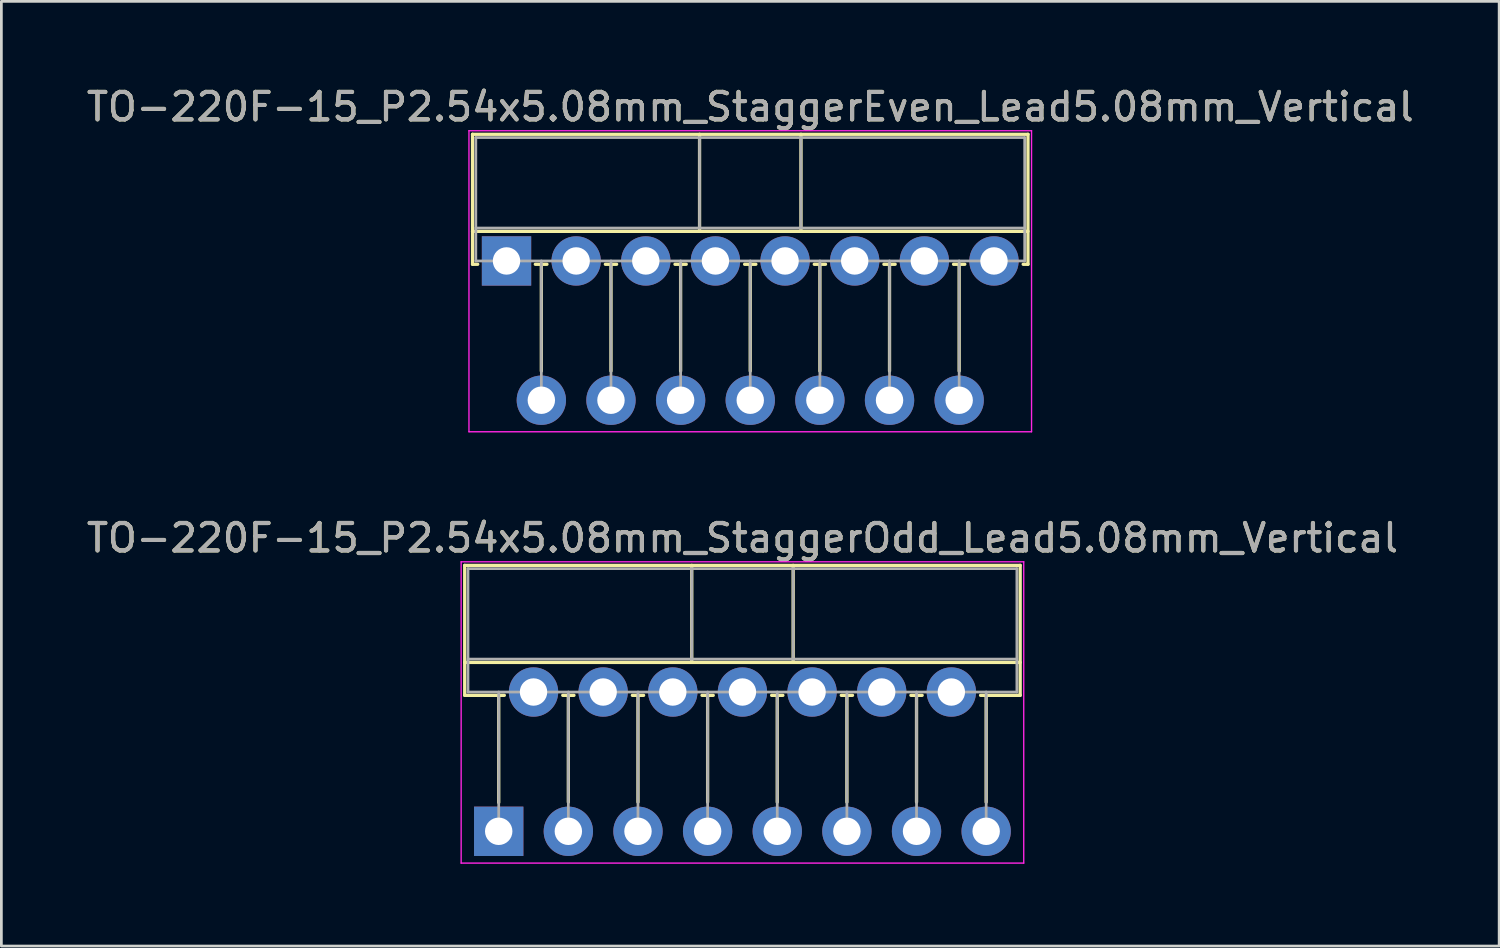
<source format=kicad_pcb>
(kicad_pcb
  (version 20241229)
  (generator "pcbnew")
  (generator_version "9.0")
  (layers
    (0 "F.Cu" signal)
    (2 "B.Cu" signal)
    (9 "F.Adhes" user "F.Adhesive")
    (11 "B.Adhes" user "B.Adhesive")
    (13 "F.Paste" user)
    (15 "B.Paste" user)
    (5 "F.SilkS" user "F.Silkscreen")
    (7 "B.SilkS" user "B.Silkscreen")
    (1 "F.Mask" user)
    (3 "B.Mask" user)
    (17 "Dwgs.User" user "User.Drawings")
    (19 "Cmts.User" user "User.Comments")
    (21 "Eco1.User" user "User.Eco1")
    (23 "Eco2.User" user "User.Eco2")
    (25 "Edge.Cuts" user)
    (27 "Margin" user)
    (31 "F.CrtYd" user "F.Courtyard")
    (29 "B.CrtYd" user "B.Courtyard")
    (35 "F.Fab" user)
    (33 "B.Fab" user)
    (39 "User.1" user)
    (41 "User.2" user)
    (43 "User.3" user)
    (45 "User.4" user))
  (footprint "TO-220F-15_P2.54x5.08mm_StaggerEven_Lead5.08mm_Vertical"
    (layer "F.Cu")
    (at 15.425 6.468)
    (property "Reference" "TO-220F-15_P2.54x5.08mm_StaggerEven_Lead5.08mm_Vertical" (at 8.89 -5.62 0) (layer "F.SilkS") (effects (font (size 1 1) (thickness 0.15))))
    (attr through_hole)
    (fp_line (start -1.24 -4.62) (end -1.24 0.121) (stroke (width 0.12) (type solid)) (layer "F.SilkS"))
    (fp_line (start -1.24 -4.62) (end 19.02 -4.62) (stroke (width 0.12) (type solid)) (layer "F.SilkS"))
    (fp_line (start -1.24 -1.08) (end 19.02 -1.08) (stroke (width 0.12) (type solid)) (layer "F.SilkS"))
    (fp_line (start -1.24 0.121) (end -1.05 0.121) (stroke (width 0.12) (type solid)) (layer "F.SilkS"))
    (fp_line (start 1.05 0.121) (end 1.475 0.121) (stroke (width 0.12) (type solid)) (layer "F.SilkS"))
    (fp_line (start 1.27 0.121) (end 1.27 4.015) (stroke (width 0.12) (type solid)) (layer "F.SilkS"))
    (fp_line (start 3.605 0.121) (end 4.016 0.121) (stroke (width 0.12) (type solid)) (layer "F.SilkS"))
    (fp_line (start 3.81 0.121) (end 3.81 4.015) (stroke (width 0.12) (type solid)) (layer "F.SilkS"))
    (fp_line (start 6.145 0.121) (end 6.555 0.121) (stroke (width 0.12) (type solid)) (layer "F.SilkS"))
    (fp_line (start 6.35 0.121) (end 6.35 4.015) (stroke (width 0.12) (type solid)) (layer "F.SilkS"))
    (fp_line (start 7.041 -4.62) (end 7.041 -1.08) (stroke (width 0.12) (type solid)) (layer "F.SilkS"))
    (fp_line (start 8.685 0.121) (end 9.095 0.121) (stroke (width 0.12) (type solid)) (layer "F.SilkS"))
    (fp_line (start 8.89 0.121) (end 8.89 4.015) (stroke (width 0.12) (type solid)) (layer "F.SilkS"))
    (fp_line (start 10.74 -4.62) (end 10.74 -1.08) (stroke (width 0.12) (type solid)) (layer "F.SilkS"))
    (fp_line (start 11.225 0.121) (end 11.635 0.121) (stroke (width 0.12) (type solid)) (layer "F.SilkS"))
    (fp_line (start 11.43 0.121) (end 11.43 4.015) (stroke (width 0.12) (type solid)) (layer "F.SilkS"))
    (fp_line (start 13.765 0.121) (end 14.175 0.121) (stroke (width 0.12) (type solid)) (layer "F.SilkS"))
    (fp_line (start 13.97 0.121) (end 13.97 4.015) (stroke (width 0.12) (type solid)) (layer "F.SilkS"))
    (fp_line (start 16.305 0.121) (end 16.715 0.121) (stroke (width 0.12) (type solid)) (layer "F.SilkS"))
    (fp_line (start 16.51 0.121) (end 16.51 4.015) (stroke (width 0.12) (type solid)) (layer "F.SilkS"))
    (fp_line (start 18.845 0.121) (end 19.02 0.121) (stroke (width 0.12) (type solid)) (layer "F.SilkS"))
    (fp_line (start 19.02 -4.62) (end 19.02 0.121) (stroke (width 0.12) (type solid)) (layer "F.SilkS"))
    (fp_line (start -1.37 -4.75) (end -1.37 6.23) (stroke (width 0.05) (type solid)) (layer "F.CrtYd"))
    (fp_line (start -1.37 6.23) (end 19.15 6.23) (stroke (width 0.05) (type solid)) (layer "F.CrtYd"))
    (fp_line (start 19.15 -4.75) (end -1.37 -4.75) (stroke (width 0.05) (type solid)) (layer "F.CrtYd"))
    (fp_line (start 19.15 6.23) (end 19.15 -4.75) (stroke (width 0.05) (type solid)) (layer "F.CrtYd"))
    (fp_line (start -1.12 -4.5) (end -1.12 0) (stroke (width 0.1) (type solid)) (layer "F.Fab"))
    (fp_line (start -1.12 -1.2) (end 18.9 -1.2) (stroke (width 0.1) (type solid)) (layer "F.Fab"))
    (fp_line (start -1.12 0) (end 18.9 0) (stroke (width 0.1) (type solid)) (layer "F.Fab"))
    (fp_line (start 1.27 0) (end 1.27 5.08) (stroke (width 0.1) (type solid)) (layer "F.Fab"))
    (fp_line (start 3.81 0) (end 3.81 5.08) (stroke (width 0.1) (type solid)) (layer "F.Fab"))
    (fp_line (start 6.35 0) (end 6.35 5.08) (stroke (width 0.1) (type solid)) (layer "F.Fab"))
    (fp_line (start 7.04 -4.5) (end 7.04 -1.2) (stroke (width 0.1) (type solid)) (layer "F.Fab"))
    (fp_line (start 8.89 0) (end 8.89 5.08) (stroke (width 0.1) (type solid)) (layer "F.Fab"))
    (fp_line (start 10.74 -4.5) (end 10.74 -1.2) (stroke (width 0.1) (type solid)) (layer "F.Fab"))
    (fp_line (start 11.43 0) (end 11.43 5.08) (stroke (width 0.1) (type solid)) (layer "F.Fab"))
    (fp_line (start 13.97 0) (end 13.97 5.08) (stroke (width 0.1) (type solid)) (layer "F.Fab"))
    (fp_line (start 16.51 0) (end 16.51 5.08) (stroke (width 0.1) (type solid)) (layer "F.Fab"))
    (fp_line (start 18.9 -4.5) (end -1.12 -4.5) (stroke (width 0.1) (type solid)) (layer "F.Fab"))
    (fp_line (start 18.9 0) (end 18.9 -4.5) (stroke (width 0.1) (type solid)) (layer "F.Fab"))
    (fp_text user "${REFERENCE}" (at 8.89 -5.62 0) (layer "F.Fab") (effects (font (size 1 1) (thickness 0.15))))
    (pad "1" thru_hole rect (at 0 0) (size 1.8 1.8) (drill 1) (layers "*.Cu" "*.Mask"))
    (pad "2" thru_hole oval (at 1.27 5.08) (size 1.8 1.8) (drill 1) (layers "*.Cu" "*.Mask"))
    (pad "3" thru_hole oval (at 2.54 0) (size 1.8 1.8) (drill 1) (layers "*.Cu" "*.Mask"))
    (pad "4" thru_hole oval (at 3.81 5.08) (size 1.8 1.8) (drill 1) (layers "*.Cu" "*.Mask"))
    (pad "5" thru_hole oval (at 5.08 0) (size 1.8 1.8) (drill 1) (layers "*.Cu" "*.Mask"))
    (pad "6" thru_hole oval (at 6.35 5.08) (size 1.8 1.8) (drill 1) (layers "*.Cu" "*.Mask"))
    (pad "7" thru_hole oval (at 7.62 0) (size 1.8 1.8) (drill 1) (layers "*.Cu" "*.Mask"))
    (pad "8" thru_hole oval (at 8.89 5.08) (size 1.8 1.8) (drill 1) (layers "*.Cu" "*.Mask"))
    (pad "9" thru_hole oval (at 10.16 0) (size 1.8 1.8) (drill 1) (layers "*.Cu" "*.Mask"))
    (pad "10" thru_hole oval (at 11.43 5.08) (size 1.8 1.8) (drill 1) (layers "*.Cu" "*.Mask"))
    (pad "11" thru_hole oval (at 12.7 0) (size 1.8 1.8) (drill 1) (layers "*.Cu" "*.Mask"))
    (pad "12" thru_hole oval (at 13.97 5.08) (size 1.8 1.8) (drill 1) (layers "*.Cu" "*.Mask"))
    (pad "13" thru_hole oval (at 15.24 0) (size 1.8 1.8) (drill 1) (layers "*.Cu" "*.Mask"))
    (pad "14" thru_hole oval (at 16.51 5.08) (size 1.8 1.8) (drill 1) (layers "*.Cu" "*.Mask"))
    (pad "15" thru_hole oval (at 17.78 0) (size 1.8 1.8) (drill 1) (layers "*.Cu" "*.Mask")))
  (footprint "TO-220F-15_P2.54x5.08mm_StaggerOdd_Lead5.08mm_Vertical"
    (layer "F.Cu")
    (at 15.14 27.271)
    (property "Reference" "TO-220F-15_P2.54x5.08mm_StaggerOdd_Lead5.08mm_Vertical" (at 8.89 -10.7 0) (layer "F.SilkS") (effects (font (size 1 1) (thickness 0.15))))
    (attr through_hole)
    (fp_line (start -1.24 -9.7) (end -1.24 -4.959) (stroke (width 0.12) (type solid)) (layer "F.SilkS"))
    (fp_line (start -1.24 -9.7) (end 19.02 -9.7) (stroke (width 0.12) (type solid)) (layer "F.SilkS"))
    (fp_line (start -1.24 -6.16) (end 19.02 -6.16) (stroke (width 0.12) (type solid)) (layer "F.SilkS"))
    (fp_line (start -1.24 -4.959) (end 0.205 -4.959) (stroke (width 0.12) (type solid)) (layer "F.SilkS"))
    (fp_line (start 0 -4.959) (end 0 -1.05) (stroke (width 0.12) (type solid)) (layer "F.SilkS"))
    (fp_line (start 2.336 -4.959) (end 2.745 -4.959) (stroke (width 0.12) (type solid)) (layer "F.SilkS"))
    (fp_line (start 2.54 -4.959) (end 2.54 -1.065) (stroke (width 0.12) (type solid)) (layer "F.SilkS"))
    (fp_line (start 4.875 -4.959) (end 5.285 -4.959) (stroke (width 0.12) (type solid)) (layer "F.SilkS"))
    (fp_line (start 5.08 -4.959) (end 5.08 -1.065) (stroke (width 0.12) (type solid)) (layer "F.SilkS"))
    (fp_line (start 7.041 -9.7) (end 7.041 -6.16) (stroke (width 0.12) (type solid)) (layer "F.SilkS"))
    (fp_line (start 7.415 -4.959) (end 7.825 -4.959) (stroke (width 0.12) (type solid)) (layer "F.SilkS"))
    (fp_line (start 7.62 -4.959) (end 7.62 -1.065) (stroke (width 0.12) (type solid)) (layer "F.SilkS"))
    (fp_line (start 9.955 -4.959) (end 10.365 -4.959) (stroke (width 0.12) (type solid)) (layer "F.SilkS"))
    (fp_line (start 10.16 -4.959) (end 10.16 -1.065) (stroke (width 0.12) (type solid)) (layer "F.SilkS"))
    (fp_line (start 10.74 -9.7) (end 10.74 -6.16) (stroke (width 0.12) (type solid)) (layer "F.SilkS"))
    (fp_line (start 12.495 -4.959) (end 12.905 -4.959) (stroke (width 0.12) (type solid)) (layer "F.SilkS"))
    (fp_line (start 12.7 -4.959) (end 12.7 -1.065) (stroke (width 0.12) (type solid)) (layer "F.SilkS"))
    (fp_line (start 15.035 -4.959) (end 15.445 -4.959) (stroke (width 0.12) (type solid)) (layer "F.SilkS"))
    (fp_line (start 15.24 -4.959) (end 15.24 -1.065) (stroke (width 0.12) (type solid)) (layer "F.SilkS"))
    (fp_line (start 17.575 -4.959) (end 19.02 -4.959) (stroke (width 0.12) (type solid)) (layer "F.SilkS"))
    (fp_line (start 17.78 -4.959) (end 17.78 -1.065) (stroke (width 0.12) (type solid)) (layer "F.SilkS"))
    (fp_line (start 19.02 -9.7) (end 19.02 -4.959) (stroke (width 0.12) (type solid)) (layer "F.SilkS"))
    (fp_line (start -1.37 -9.83) (end -1.37 1.16) (stroke (width 0.05) (type solid)) (layer "F.CrtYd"))
    (fp_line (start -1.37 1.16) (end 19.15 1.16) (stroke (width 0.05) (type solid)) (layer "F.CrtYd"))
    (fp_line (start 19.15 -9.83) (end -1.37 -9.83) (stroke (width 0.05) (type solid)) (layer "F.CrtYd"))
    (fp_line (start 19.15 1.16) (end 19.15 -9.83) (stroke (width 0.05) (type solid)) (layer "F.CrtYd"))
    (fp_line (start -1.12 -9.58) (end -1.12 -5.08) (stroke (width 0.1) (type solid)) (layer "F.Fab"))
    (fp_line (start -1.12 -6.28) (end 18.9 -6.28) (stroke (width 0.1) (type solid)) (layer "F.Fab"))
    (fp_line (start -1.12 -5.08) (end 18.9 -5.08) (stroke (width 0.1) (type solid)) (layer "F.Fab"))
    (fp_line (start 0 -5.08) (end 0 0) (stroke (width 0.1) (type solid)) (layer "F.Fab"))
    (fp_line (start 2.54 -5.08) (end 2.54 0) (stroke (width 0.1) (type solid)) (layer "F.Fab"))
    (fp_line (start 5.08 -5.08) (end 5.08 0) (stroke (width 0.1) (type solid)) (layer "F.Fab"))
    (fp_line (start 7.04 -9.58) (end 7.04 -6.28) (stroke (width 0.1) (type solid)) (layer "F.Fab"))
    (fp_line (start 7.62 -5.08) (end 7.62 0) (stroke (width 0.1) (type solid)) (layer "F.Fab"))
    (fp_line (start 10.16 -5.08) (end 10.16 0) (stroke (width 0.1) (type solid)) (layer "F.Fab"))
    (fp_line (start 10.74 -9.58) (end 10.74 -6.28) (stroke (width 0.1) (type solid)) (layer "F.Fab"))
    (fp_line (start 12.7 -5.08) (end 12.7 0) (stroke (width 0.1) (type solid)) (layer "F.Fab"))
    (fp_line (start 15.24 -5.08) (end 15.24 0) (stroke (width 0.1) (type solid)) (layer "F.Fab"))
    (fp_line (start 17.78 -5.08) (end 17.78 0) (stroke (width 0.1) (type solid)) (layer "F.Fab"))
    (fp_line (start 18.9 -9.58) (end -1.12 -9.58) (stroke (width 0.1) (type solid)) (layer "F.Fab"))
    (fp_line (start 18.9 -5.08) (end 18.9 -9.58) (stroke (width 0.1) (type solid)) (layer "F.Fab"))
    (fp_text user "${REFERENCE}" (at 8.89 -10.7 0) (layer "F.Fab") (effects (font (size 1 1) (thickness 0.15))))
    (pad "1" thru_hole rect (at 0 0) (size 1.8 1.8) (drill 1) (layers "*.Cu" "*.Mask"))
    (pad "2" thru_hole oval (at 1.27 -5.08) (size 1.8 1.8) (drill 1) (layers "*.Cu" "*.Mask"))
    (pad "3" thru_hole oval (at 2.54 0) (size 1.8 1.8) (drill 1) (layers "*.Cu" "*.Mask"))
    (pad "4" thru_hole oval (at 3.81 -5.08) (size 1.8 1.8) (drill 1) (layers "*.Cu" "*.Mask"))
    (pad "5" thru_hole oval (at 5.08 0) (size 1.8 1.8) (drill 1) (layers "*.Cu" "*.Mask"))
    (pad "6" thru_hole oval (at 6.35 -5.08) (size 1.8 1.8) (drill 1) (layers "*.Cu" "*.Mask"))
    (pad "7" thru_hole oval (at 7.62 0) (size 1.8 1.8) (drill 1) (layers "*.Cu" "*.Mask"))
    (pad "8" thru_hole oval (at 8.89 -5.08) (size 1.8 1.8) (drill 1) (layers "*.Cu" "*.Mask"))
    (pad "9" thru_hole oval (at 10.16 0) (size 1.8 1.8) (drill 1) (layers "*.Cu" "*.Mask"))
    (pad "10" thru_hole oval (at 11.43 -5.08) (size 1.8 1.8) (drill 1) (layers "*.Cu" "*.Mask"))
    (pad "11" thru_hole oval (at 12.7 0) (size 1.8 1.8) (drill 1) (layers "*.Cu" "*.Mask"))
    (pad "12" thru_hole oval (at 13.97 -5.08) (size 1.8 1.8) (drill 1) (layers "*.Cu" "*.Mask"))
    (pad "13" thru_hole oval (at 15.24 0) (size 1.8 1.8) (drill 1) (layers "*.Cu" "*.Mask"))
    (pad "14" thru_hole oval (at 16.51 -5.08) (size 1.8 1.8) (drill 1) (layers "*.Cu" "*.Mask"))
    (pad "15" thru_hole oval (at 17.78 0) (size 1.8 1.8) (drill 1) (layers "*.Cu" "*.Mask")))
  (gr_rect
    (start -3 -3)
    (end 51.631 31.456)
    (stroke (width 0.1) (type default))
    (fill no)
    (layer "Edge.Cuts")))
</source>
